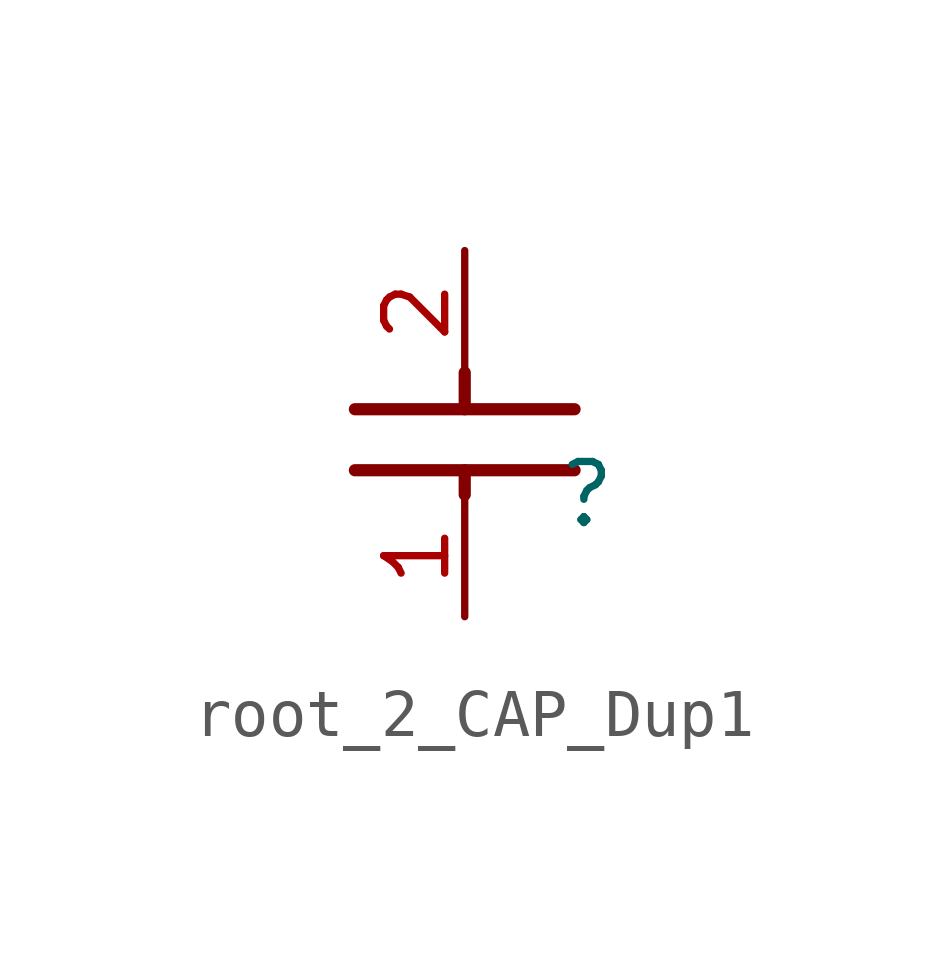
<source format=kicad_sym>
(kicad_symbol_lib
  (version 20231120)
  (generator "kicad_symbol_editor")
  (generator_version "8.0")
  (symbol "root_2_CAP_Dup1"
    (property "Reference" ""
      (at 0 0 0)
      (effects (font (size 1.27 1.27))))
    (property "Value" ""
      (at 0 0 0)
      (effects (font (size 1.27 1.27))))
    (symbol "root_2_CAP_Dup1_1_0"
      (polyline (pts (xy -2.54 0) (xy -2.54 0.508)) (stroke (width 0.254) (type solid)) (fill (type none)))
      (polyline (pts (xy -2.54 2.54) (xy -2.54 1.778)) (stroke (width 0.254) (type solid)) (fill (type none)))
      (polyline (pts (xy -0.254 0.508) (xy -4.826 0.508)) (stroke (width 0.254) (type solid)) (fill (type none)))
      (polyline (pts (xy -0.254 1.778) (xy -4.826 1.778)) (stroke (width 0.254) (type solid)) (fill (type none)))
      (pin passive line (at -2.54 -2.54 90) (length 2.54) (name "1" (effects (font (size 0 0)))) (number "1" (effects (font (size 1.27 1.27)))))
      (pin passive line (at -2.54 5.08 270) (length 2.54) (name "2" (effects (font (size 0 0)))) (number "2" (effects (font (size 1.27 1.27))))))))
</source>
